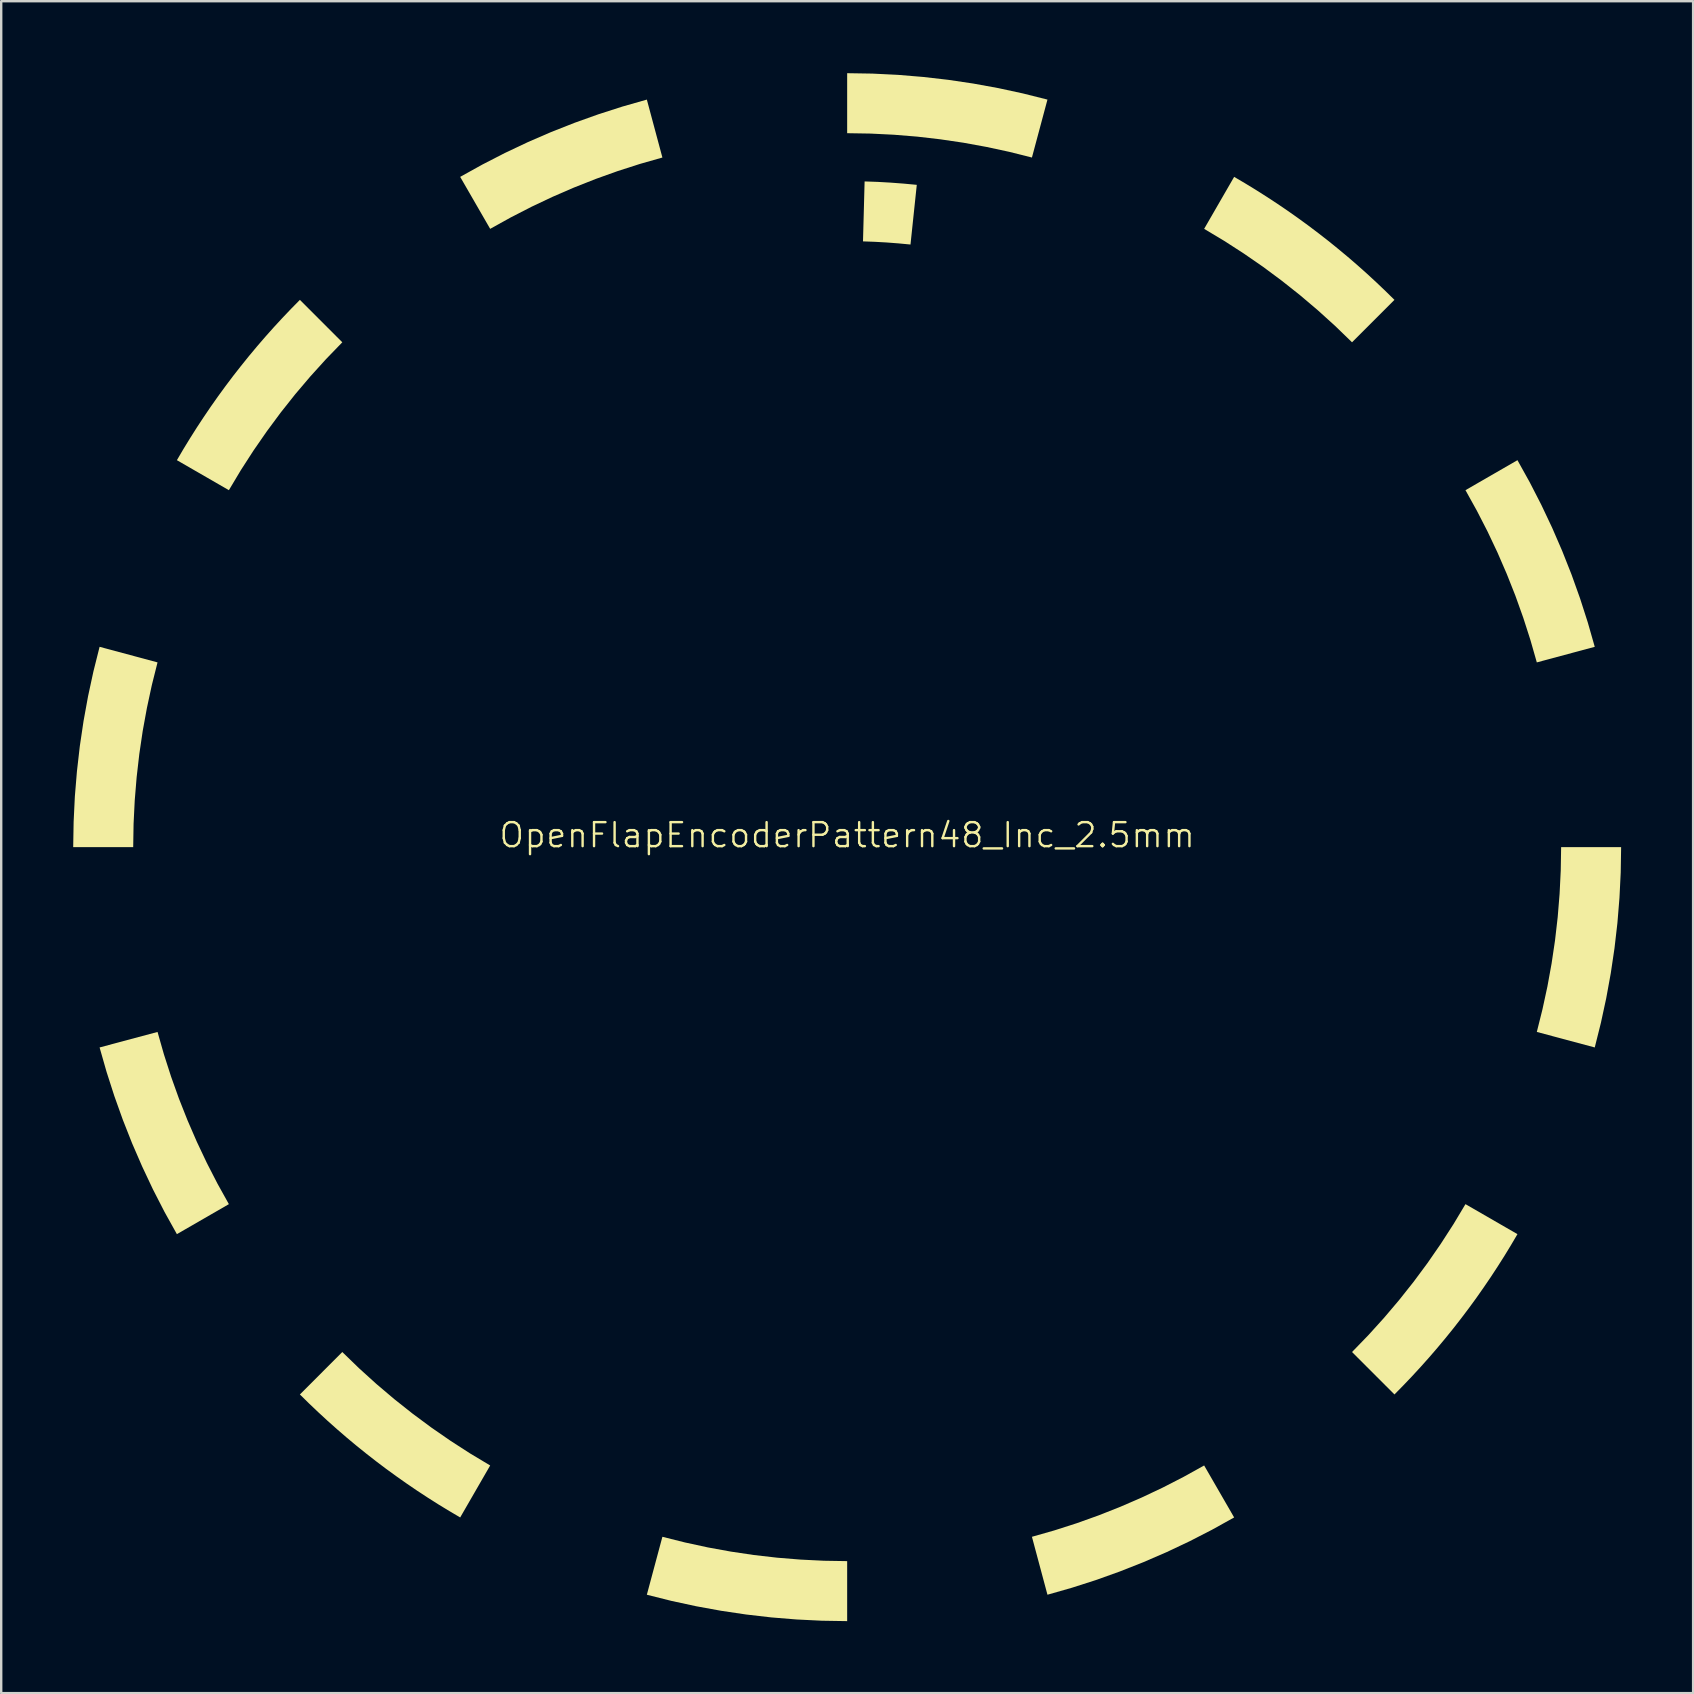
<source format=kicad_pcb>
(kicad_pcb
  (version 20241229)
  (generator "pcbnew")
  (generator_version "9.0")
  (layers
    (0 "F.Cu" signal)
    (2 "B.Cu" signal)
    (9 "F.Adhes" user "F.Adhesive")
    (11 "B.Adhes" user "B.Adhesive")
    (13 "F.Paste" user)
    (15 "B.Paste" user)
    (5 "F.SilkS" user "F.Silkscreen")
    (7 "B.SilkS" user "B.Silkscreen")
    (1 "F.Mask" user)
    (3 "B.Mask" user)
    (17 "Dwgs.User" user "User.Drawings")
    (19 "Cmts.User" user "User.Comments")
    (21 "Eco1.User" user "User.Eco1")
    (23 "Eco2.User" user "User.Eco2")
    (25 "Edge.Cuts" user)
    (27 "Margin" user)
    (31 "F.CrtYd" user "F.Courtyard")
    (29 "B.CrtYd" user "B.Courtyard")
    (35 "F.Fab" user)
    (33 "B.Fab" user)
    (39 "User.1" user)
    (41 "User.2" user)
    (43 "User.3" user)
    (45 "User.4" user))
  (footprint "OpenFlapEncoderPattern48_Inc_2.5mm"
    (layer "F.Cu")
    (at 32.25 32.25)
    (property "Reference" "OpenFlapEncoderPattern48_Inc_2.5mm" (at 0 -0.5 0) (unlocked yes) (layer "F.SilkS") (effects (font (size 1 1) (thickness 0.1))))
    (fp_poly (pts (xy 1.271 -27.721) (xy 1.815 -27.69) (xy 2.358 -27.649) (xy 2.901 -27.598) (xy 2.639 -25.111) (xy 2.145 -25.158) (xy 1.651 -25.196) (xy 1.156 -25.224) (xy 0.66 -25.242) (xy 0.727 -27.74)) (stroke (width -0.000001) (type solid)) (fill yes) (layer "F.SilkS"))
    (fp_poly (pts (xy -28.736 -7.699) (xy -28.973 -6.754) (xy -29.178 -5.802) (xy -29.353 -4.845) (xy -29.495 -3.883) (xy -29.606 -2.916) (xy -29.686 -1.947) (xy -29.734 -0.974) (xy -29.75 0.000104) (xy -32.25 0.000104) (xy -32.232 -1.056) (xy -32.181 -2.11) (xy -32.094 -3.162) (xy -31.974 -4.21) (xy -31.819 -5.253) (xy -31.63 -6.291) (xy -31.407 -7.323) (xy -31.15 -8.348)) (stroke (width -0.000001) (type solid)) (fill yes) (layer "F.SilkS"))
    (fp_poly (pts (xy -28.469 8.636) (xy -28.171 9.563) (xy -27.843 10.48) (xy -27.485 11.385) (xy -27.098 12.277) (xy -26.682 13.157) (xy -26.237 14.023) (xy -25.763 14.875) (xy -27.929 16.125) (xy -28.443 15.202) (xy -28.925 14.263) (xy -29.375 13.309) (xy -29.795 12.341) (xy -30.182 11.36) (xy -30.537 10.367) (xy -30.86 9.362) (xy -31.15 8.346) (xy -28.736 7.699)) (stroke (width -0.000001) (type solid)) (fill yes) (layer "F.SilkS"))
    (fp_poly (pts (xy -7.699 -28.736) (xy -8.636 -28.469) (xy -9.563 -28.171) (xy -10.479 -27.843) (xy -11.384 -27.485) (xy -12.277 -27.098) (xy -13.157 -26.682) (xy -14.023 -26.237) (xy -14.875 -25.764) (xy -16.125 -27.93) (xy -15.201 -28.443) (xy -14.263 -28.925) (xy -13.309 -29.376) (xy -12.342 -29.795) (xy -11.361 -30.182) (xy -10.368 -30.537) (xy -9.363 -30.86) (xy -8.347 -31.15)) (stroke (width -0.000001) (type solid)) (fill yes) (layer "F.SilkS"))
    (fp_poly (pts (xy -6.754 28.973) (xy -5.802 29.179) (xy -4.845 29.353) (xy -3.883 29.496) (xy -2.916 29.607) (xy -1.946 29.686) (xy -0.974 29.734) (xy 0.000217 29.75) (xy 0.000217 32.25) (xy -1.056 32.233) (xy -2.11 32.181) (xy -3.162 32.095) (xy -4.21 31.974) (xy -5.253 31.819) (xy -6.291 31.63) (xy -7.323 31.407) (xy -8.347 31.15) (xy -7.699 28.736)) (stroke (width -0.000001) (type solid)) (fill yes) (layer "F.SilkS"))
    (fp_poly (pts (xy 1.056 -32.233) (xy 2.11 -32.181) (xy 3.162 -32.094) (xy 4.209 -31.974) (xy 5.252 -31.819) (xy 6.29 -31.63) (xy 7.321 -31.407) (xy 8.346 -31.15) (xy 7.699 -28.736) (xy 6.754 -28.973) (xy 5.803 -29.178) (xy 4.845 -29.353) (xy 3.883 -29.495) (xy 2.917 -29.607) (xy 1.947 -29.686) (xy 0.974 -29.734) (xy 0.000217 -29.75) (xy 0.000217 -32.25)) (stroke (width -0.000001) (type solid)) (fill yes) (layer "F.SilkS"))
    (fp_poly (pts (xy 16.125 27.93) (xy 15.202 28.443) (xy 14.263 28.925) (xy 13.309 29.376) (xy 12.341 29.795) (xy 11.36 30.182) (xy 10.367 30.538) (xy 9.362 30.86) (xy 8.346 31.15) (xy 7.699 28.736) (xy 8.636 28.469) (xy 9.564 28.171) (xy 10.48 27.843) (xy 11.385 27.485) (xy 12.277 27.098) (xy 13.157 26.682) (xy 14.023 26.237) (xy 14.875 25.764)) (stroke (width -0.000001) (type solid)) (fill yes) (layer "F.SilkS"))
    (fp_poly (pts (xy 28.443 -15.202) (xy 28.925 -14.263) (xy 29.376 -13.309) (xy 29.795 -12.342) (xy 30.183 -11.361) (xy 30.538 -10.368) (xy 30.861 -9.363) (xy 31.151 -8.348) (xy 28.737 -7.699) (xy 28.469 -8.636) (xy 28.171 -9.563) (xy 27.843 -10.48) (xy 27.485 -11.384) (xy 27.098 -12.277) (xy 26.682 -13.157) (xy 26.237 -14.023) (xy 25.764 -14.875) (xy 27.93 -16.125)) (stroke (width -0.000001) (type solid)) (fill yes) (layer "F.SilkS"))
    (fp_poly (pts (xy 32.233 1.056) (xy 32.181 2.11) (xy 32.095 3.161) (xy 31.974 4.209) (xy 31.819 5.252) (xy 31.63 6.29) (xy 31.407 7.321) (xy 31.151 8.346) (xy 28.737 7.699) (xy 28.973 6.754) (xy 29.179 5.802) (xy 29.353 4.845) (xy 29.496 3.883) (xy 29.607 2.917) (xy 29.686 1.947) (xy 29.734 0.974) (xy 29.75 0.000104) (xy 32.25 0.000104)) (stroke (width -0.000001) (type solid)) (fill yes) (layer "F.SilkS"))
    (fp_poly (pts (xy -21.037 -21.037) (xy -21.714 -20.337) (xy -22.368 -19.615) (xy -22.998 -18.873) (xy -23.602 -18.111) (xy -24.181 -17.329) (xy -24.735 -16.529) (xy -25.263 -15.711) (xy -25.763 -14.875) (xy -27.929 -16.125) (xy -27.662 -16.58) (xy -27.386 -17.031) (xy -27.104 -17.477) (xy -26.814 -17.918) (xy -26.518 -18.354) (xy -26.214 -18.786) (xy -25.903 -19.212) (xy -25.586 -19.633) (xy -25.261 -20.048) (xy -24.93 -20.459) (xy -24.592 -20.864) (xy -24.248 -21.263) (xy -23.897 -21.657) (xy -23.539 -22.045) (xy -23.175 -22.428) (xy -22.804 -22.805)) (stroke (width -0.000001) (type solid)) (fill yes) (layer "F.SilkS"))
    (fp_poly (pts (xy -20.337 21.715) (xy -19.615 22.369) (xy -18.873 22.998) (xy -18.111 23.602) (xy -17.329 24.182) (xy -16.529 24.735) (xy -15.711 25.263) (xy -14.875 25.764) (xy -16.125 27.93) (xy -16.58 27.662) (xy -17.031 27.387) (xy -17.477 27.104) (xy -17.918 26.815) (xy -18.354 26.518) (xy -18.785 26.214) (xy -19.212 25.904) (xy -19.633 25.586) (xy -20.048 25.262) (xy -20.459 24.931) (xy -20.864 24.593) (xy -21.263 24.248) (xy -21.657 23.897) (xy -22.045 23.539) (xy -22.428 23.175) (xy -22.804 22.805) (xy -21.037 21.037)) (stroke (width -0.000001) (type solid)) (fill yes) (layer "F.SilkS"))
    (fp_poly (pts (xy 16.581 -27.662) (xy 17.031 -27.387) (xy 17.477 -27.104) (xy 17.918 -26.815) (xy 18.355 -26.518) (xy 18.786 -26.214) (xy 19.212 -25.904) (xy 19.633 -25.586) (xy 20.049 -25.262) (xy 20.459 -24.93) (xy 20.864 -24.593) (xy 21.264 -24.248) (xy 21.658 -23.897) (xy 22.046 -23.539) (xy 22.428 -23.175) (xy 22.805 -22.805) (xy 21.037 -21.037) (xy 20.337 -21.715) (xy 19.616 -22.368) (xy 18.873 -22.998) (xy 18.111 -23.602) (xy 17.33 -24.182) (xy 16.529 -24.735) (xy 15.711 -25.263) (xy 14.875 -25.764) (xy 16.125 -27.93)) (stroke (width -0.000001) (type solid)) (fill yes) (layer "F.SilkS"))
    (fp_poly (pts (xy 27.93 16.125) (xy 27.662 16.58) (xy 27.387 17.031) (xy 27.104 17.477) (xy 26.815 17.918) (xy 26.518 18.354) (xy 26.215 18.786) (xy 25.904 19.212) (xy 25.586 19.633) (xy 25.262 20.049) (xy 24.931 20.459) (xy 24.593 20.864) (xy 24.248 21.264) (xy 23.897 21.657) (xy 23.539 22.046) (xy 23.175 22.428) (xy 22.805 22.805) (xy 21.037 21.037) (xy 21.715 20.337) (xy 22.369 19.615) (xy 22.998 18.873) (xy 23.603 18.111) (xy 24.182 17.33) (xy 24.735 16.529) (xy 25.263 15.711) (xy 25.764 14.875)) (stroke (width -0.000001) (type solid)) (fill yes) (layer "F.SilkS")))
  (gr_rect
    (start -3 -3)
    (end 67.5 67.5)
    (stroke (width 0.1) (type default))
    (fill no)
    (layer "Edge.Cuts")))
</source>
